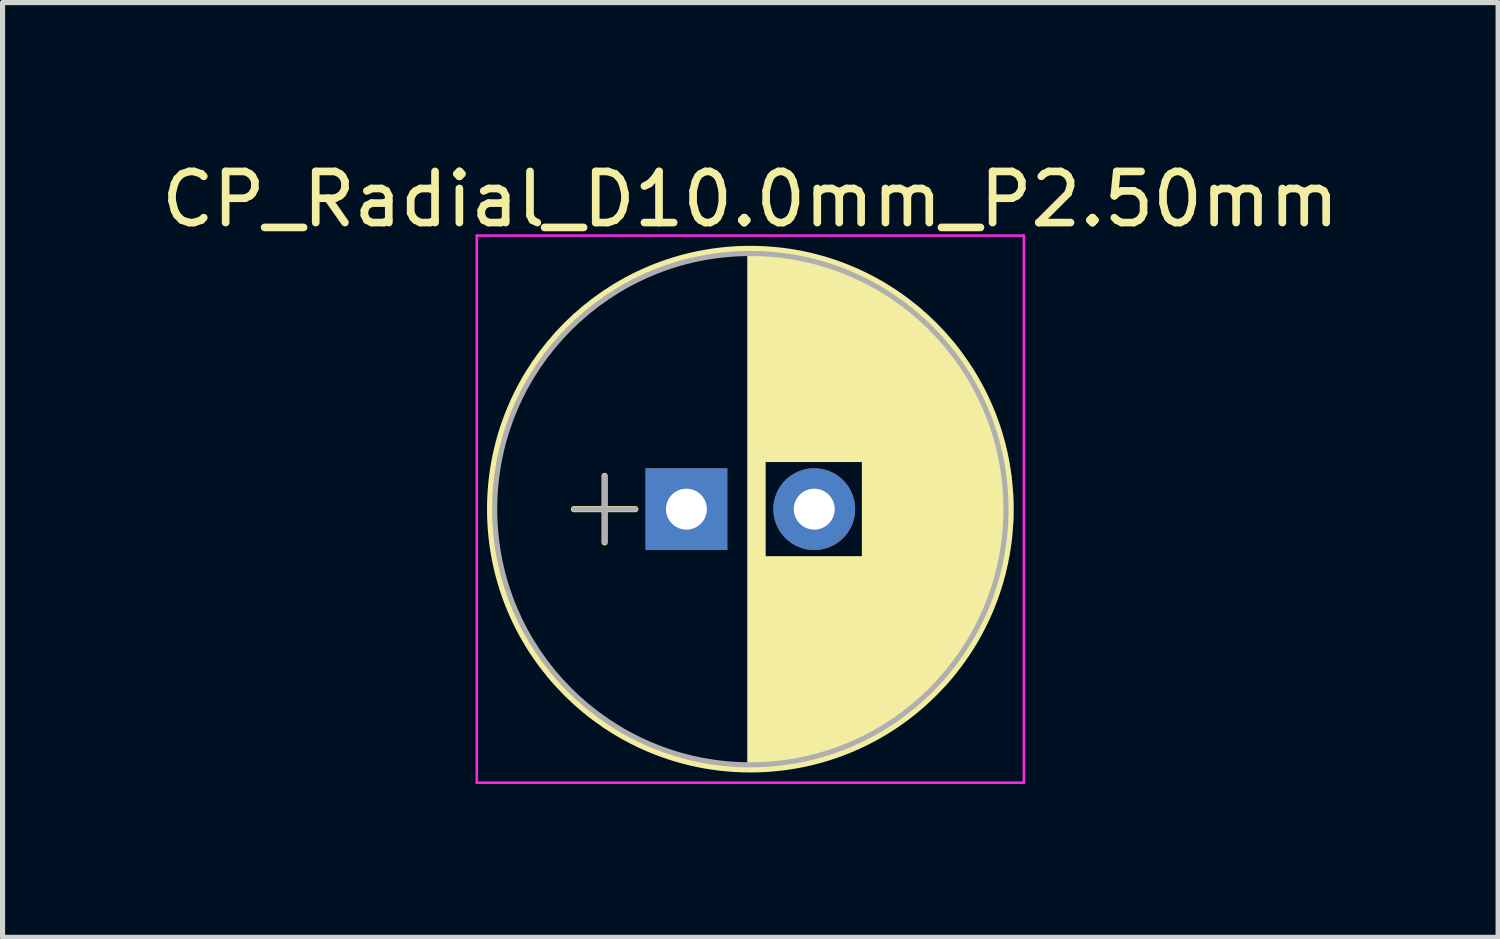
<source format=kicad_pcb>
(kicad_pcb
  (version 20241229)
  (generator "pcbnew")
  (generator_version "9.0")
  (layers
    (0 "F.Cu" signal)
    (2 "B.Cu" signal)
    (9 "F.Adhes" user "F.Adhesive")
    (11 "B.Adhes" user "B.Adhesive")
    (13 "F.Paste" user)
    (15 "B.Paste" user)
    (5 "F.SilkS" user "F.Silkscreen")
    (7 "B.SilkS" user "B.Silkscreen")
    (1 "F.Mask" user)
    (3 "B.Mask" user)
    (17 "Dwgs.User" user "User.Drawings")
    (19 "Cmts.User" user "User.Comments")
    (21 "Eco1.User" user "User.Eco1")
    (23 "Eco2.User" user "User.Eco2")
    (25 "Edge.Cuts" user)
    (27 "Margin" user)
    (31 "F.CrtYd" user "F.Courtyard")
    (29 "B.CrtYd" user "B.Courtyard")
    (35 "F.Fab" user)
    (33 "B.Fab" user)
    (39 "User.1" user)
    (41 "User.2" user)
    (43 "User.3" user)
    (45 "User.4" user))
  (footprint "CP_Radial_D10.0mm_P2.50mm"
    (layer "F.Cu")
    (at 10.375 6.908)
    (property "Reference" "CP_Radial_D10.0mm_P2.50mm" (at 1.25 -6.06 0) (layer "F.SilkS") (effects (font (size 1 1) (thickness 0.15))))
    (attr through_hole)
    (fp_line (start -2.2 0) (end -1 0) (stroke (width 0.12) (type solid)) (layer "F.SilkS"))
    (fp_line (start -1.6 -0.65) (end -1.6 0.65) (stroke (width 0.12) (type solid)) (layer "F.SilkS"))
    (fp_line (start 1.25 -5.05) (end 1.25 5.05) (stroke (width 0.12) (type solid)) (layer "F.SilkS"))
    (fp_line (start 1.29 -5.05) (end 1.29 5.05) (stroke (width 0.12) (type solid)) (layer "F.SilkS"))
    (fp_line (start 1.33 -5.05) (end 1.33 5.05) (stroke (width 0.12) (type solid)) (layer "F.SilkS"))
    (fp_line (start 1.37 -5.049) (end 1.37 5.049) (stroke (width 0.12) (type solid)) (layer "F.SilkS"))
    (fp_line (start 1.41 -5.048) (end 1.41 5.048) (stroke (width 0.12) (type solid)) (layer "F.SilkS"))
    (fp_line (start 1.45 -5.047) (end 1.45 5.047) (stroke (width 0.12) (type solid)) (layer "F.SilkS"))
    (fp_line (start 1.49 -5.045) (end 1.49 5.045) (stroke (width 0.12) (type solid)) (layer "F.SilkS"))
    (fp_line (start 1.53 -5.043) (end 1.53 -0.98) (stroke (width 0.12) (type solid)) (layer "F.SilkS"))
    (fp_line (start 1.53 0.98) (end 1.53 5.043) (stroke (width 0.12) (type solid)) (layer "F.SilkS"))
    (fp_line (start 1.57 -5.04) (end 1.57 -0.98) (stroke (width 0.12) (type solid)) (layer "F.SilkS"))
    (fp_line (start 1.57 0.98) (end 1.57 5.04) (stroke (width 0.12) (type solid)) (layer "F.SilkS"))
    (fp_line (start 1.61 -5.038) (end 1.61 -0.98) (stroke (width 0.12) (type solid)) (layer "F.SilkS"))
    (fp_line (start 1.61 0.98) (end 1.61 5.038) (stroke (width 0.12) (type solid)) (layer "F.SilkS"))
    (fp_line (start 1.65 -5.035) (end 1.65 -0.98) (stroke (width 0.12) (type solid)) (layer "F.SilkS"))
    (fp_line (start 1.65 0.98) (end 1.65 5.035) (stroke (width 0.12) (type solid)) (layer "F.SilkS"))
    (fp_line (start 1.69 -5.031) (end 1.69 -0.98) (stroke (width 0.12) (type solid)) (layer "F.SilkS"))
    (fp_line (start 1.69 0.98) (end 1.69 5.031) (stroke (width 0.12) (type solid)) (layer "F.SilkS"))
    (fp_line (start 1.73 -5.028) (end 1.73 -0.98) (stroke (width 0.12) (type solid)) (layer "F.SilkS"))
    (fp_line (start 1.73 0.98) (end 1.73 5.028) (stroke (width 0.12) (type solid)) (layer "F.SilkS"))
    (fp_line (start 1.77 -5.024) (end 1.77 -0.98) (stroke (width 0.12) (type solid)) (layer "F.SilkS"))
    (fp_line (start 1.77 0.98) (end 1.77 5.024) (stroke (width 0.12) (type solid)) (layer "F.SilkS"))
    (fp_line (start 1.81 -5.02) (end 1.81 -0.98) (stroke (width 0.12) (type solid)) (layer "F.SilkS"))
    (fp_line (start 1.81 0.98) (end 1.81 5.02) (stroke (width 0.12) (type solid)) (layer "F.SilkS"))
    (fp_line (start 1.85 -5.015) (end 1.85 -0.98) (stroke (width 0.12) (type solid)) (layer "F.SilkS"))
    (fp_line (start 1.85 0.98) (end 1.85 5.015) (stroke (width 0.12) (type solid)) (layer "F.SilkS"))
    (fp_line (start 1.89 -5.01) (end 1.89 -0.98) (stroke (width 0.12) (type solid)) (layer "F.SilkS"))
    (fp_line (start 1.89 0.98) (end 1.89 5.01) (stroke (width 0.12) (type solid)) (layer "F.SilkS"))
    (fp_line (start 1.93 -5.005) (end 1.93 -0.98) (stroke (width 0.12) (type solid)) (layer "F.SilkS"))
    (fp_line (start 1.93 0.98) (end 1.93 5.005) (stroke (width 0.12) (type solid)) (layer "F.SilkS"))
    (fp_line (start 1.971 -4.999) (end 1.971 -0.98) (stroke (width 0.12) (type solid)) (layer "F.SilkS"))
    (fp_line (start 1.971 0.98) (end 1.971 4.999) (stroke (width 0.12) (type solid)) (layer "F.SilkS"))
    (fp_line (start 2.011 -4.993) (end 2.011 -0.98) (stroke (width 0.12) (type solid)) (layer "F.SilkS"))
    (fp_line (start 2.011 0.98) (end 2.011 4.993) (stroke (width 0.12) (type solid)) (layer "F.SilkS"))
    (fp_line (start 2.051 -4.987) (end 2.051 -0.98) (stroke (width 0.12) (type solid)) (layer "F.SilkS"))
    (fp_line (start 2.051 0.98) (end 2.051 4.987) (stroke (width 0.12) (type solid)) (layer "F.SilkS"))
    (fp_line (start 2.091 -4.981) (end 2.091 -0.98) (stroke (width 0.12) (type solid)) (layer "F.SilkS"))
    (fp_line (start 2.091 0.98) (end 2.091 4.981) (stroke (width 0.12) (type solid)) (layer "F.SilkS"))
    (fp_line (start 2.131 -4.974) (end 2.131 -0.98) (stroke (width 0.12) (type solid)) (layer "F.SilkS"))
    (fp_line (start 2.131 0.98) (end 2.131 4.974) (stroke (width 0.12) (type solid)) (layer "F.SilkS"))
    (fp_line (start 2.171 -4.967) (end 2.171 -0.98) (stroke (width 0.12) (type solid)) (layer "F.SilkS"))
    (fp_line (start 2.171 0.98) (end 2.171 4.967) (stroke (width 0.12) (type solid)) (layer "F.SilkS"))
    (fp_line (start 2.211 -4.959) (end 2.211 -0.98) (stroke (width 0.12) (type solid)) (layer "F.SilkS"))
    (fp_line (start 2.211 0.98) (end 2.211 4.959) (stroke (width 0.12) (type solid)) (layer "F.SilkS"))
    (fp_line (start 2.251 -4.951) (end 2.251 -0.98) (stroke (width 0.12) (type solid)) (layer "F.SilkS"))
    (fp_line (start 2.251 0.98) (end 2.251 4.951) (stroke (width 0.12) (type solid)) (layer "F.SilkS"))
    (fp_line (start 2.291 -4.943) (end 2.291 -0.98) (stroke (width 0.12) (type solid)) (layer "F.SilkS"))
    (fp_line (start 2.291 0.98) (end 2.291 4.943) (stroke (width 0.12) (type solid)) (layer "F.SilkS"))
    (fp_line (start 2.331 -4.935) (end 2.331 -0.98) (stroke (width 0.12) (type solid)) (layer "F.SilkS"))
    (fp_line (start 2.331 0.98) (end 2.331 4.935) (stroke (width 0.12) (type solid)) (layer "F.SilkS"))
    (fp_line (start 2.371 -4.926) (end 2.371 -0.98) (stroke (width 0.12) (type solid)) (layer "F.SilkS"))
    (fp_line (start 2.371 0.98) (end 2.371 4.926) (stroke (width 0.12) (type solid)) (layer "F.SilkS"))
    (fp_line (start 2.411 -4.917) (end 2.411 -0.98) (stroke (width 0.12) (type solid)) (layer "F.SilkS"))
    (fp_line (start 2.411 0.98) (end 2.411 4.917) (stroke (width 0.12) (type solid)) (layer "F.SilkS"))
    (fp_line (start 2.451 -4.907) (end 2.451 -0.98) (stroke (width 0.12) (type solid)) (layer "F.SilkS"))
    (fp_line (start 2.451 0.98) (end 2.451 4.907) (stroke (width 0.12) (type solid)) (layer "F.SilkS"))
    (fp_line (start 2.491 -4.897) (end 2.491 -0.98) (stroke (width 0.12) (type solid)) (layer "F.SilkS"))
    (fp_line (start 2.491 0.98) (end 2.491 4.897) (stroke (width 0.12) (type solid)) (layer "F.SilkS"))
    (fp_line (start 2.531 -4.887) (end 2.531 -0.98) (stroke (width 0.12) (type solid)) (layer "F.SilkS"))
    (fp_line (start 2.531 0.98) (end 2.531 4.887) (stroke (width 0.12) (type solid)) (layer "F.SilkS"))
    (fp_line (start 2.571 -4.876) (end 2.571 -0.98) (stroke (width 0.12) (type solid)) (layer "F.SilkS"))
    (fp_line (start 2.571 0.98) (end 2.571 4.876) (stroke (width 0.12) (type solid)) (layer "F.SilkS"))
    (fp_line (start 2.611 -4.865) (end 2.611 -0.98) (stroke (width 0.12) (type solid)) (layer "F.SilkS"))
    (fp_line (start 2.611 0.98) (end 2.611 4.865) (stroke (width 0.12) (type solid)) (layer "F.SilkS"))
    (fp_line (start 2.651 -4.854) (end 2.651 -0.98) (stroke (width 0.12) (type solid)) (layer "F.SilkS"))
    (fp_line (start 2.651 0.98) (end 2.651 4.854) (stroke (width 0.12) (type solid)) (layer "F.SilkS"))
    (fp_line (start 2.691 -4.843) (end 2.691 -0.98) (stroke (width 0.12) (type solid)) (layer "F.SilkS"))
    (fp_line (start 2.691 0.98) (end 2.691 4.843) (stroke (width 0.12) (type solid)) (layer "F.SilkS"))
    (fp_line (start 2.731 -4.831) (end 2.731 -0.98) (stroke (width 0.12) (type solid)) (layer "F.SilkS"))
    (fp_line (start 2.731 0.98) (end 2.731 4.831) (stroke (width 0.12) (type solid)) (layer "F.SilkS"))
    (fp_line (start 2.771 -4.818) (end 2.771 -0.98) (stroke (width 0.12) (type solid)) (layer "F.SilkS"))
    (fp_line (start 2.771 0.98) (end 2.771 4.818) (stroke (width 0.12) (type solid)) (layer "F.SilkS"))
    (fp_line (start 2.811 -4.806) (end 2.811 -0.98) (stroke (width 0.12) (type solid)) (layer "F.SilkS"))
    (fp_line (start 2.811 0.98) (end 2.811 4.806) (stroke (width 0.12) (type solid)) (layer "F.SilkS"))
    (fp_line (start 2.851 -4.792) (end 2.851 -0.98) (stroke (width 0.12) (type solid)) (layer "F.SilkS"))
    (fp_line (start 2.851 0.98) (end 2.851 4.792) (stroke (width 0.12) (type solid)) (layer "F.SilkS"))
    (fp_line (start 2.891 -4.779) (end 2.891 -0.98) (stroke (width 0.12) (type solid)) (layer "F.SilkS"))
    (fp_line (start 2.891 0.98) (end 2.891 4.779) (stroke (width 0.12) (type solid)) (layer "F.SilkS"))
    (fp_line (start 2.931 -4.765) (end 2.931 -0.98) (stroke (width 0.12) (type solid)) (layer "F.SilkS"))
    (fp_line (start 2.931 0.98) (end 2.931 4.765) (stroke (width 0.12) (type solid)) (layer "F.SilkS"))
    (fp_line (start 2.971 -4.751) (end 2.971 -0.98) (stroke (width 0.12) (type solid)) (layer "F.SilkS"))
    (fp_line (start 2.971 0.98) (end 2.971 4.751) (stroke (width 0.12) (type solid)) (layer "F.SilkS"))
    (fp_line (start 3.011 -4.737) (end 3.011 -0.98) (stroke (width 0.12) (type solid)) (layer "F.SilkS"))
    (fp_line (start 3.011 0.98) (end 3.011 4.737) (stroke (width 0.12) (type solid)) (layer "F.SilkS"))
    (fp_line (start 3.051 -4.722) (end 3.051 -0.98) (stroke (width 0.12) (type solid)) (layer "F.SilkS"))
    (fp_line (start 3.051 0.98) (end 3.051 4.722) (stroke (width 0.12) (type solid)) (layer "F.SilkS"))
    (fp_line (start 3.091 -4.706) (end 3.091 -0.98) (stroke (width 0.12) (type solid)) (layer "F.SilkS"))
    (fp_line (start 3.091 0.98) (end 3.091 4.706) (stroke (width 0.12) (type solid)) (layer "F.SilkS"))
    (fp_line (start 3.131 -4.691) (end 3.131 -0.98) (stroke (width 0.12) (type solid)) (layer "F.SilkS"))
    (fp_line (start 3.131 0.98) (end 3.131 4.691) (stroke (width 0.12) (type solid)) (layer "F.SilkS"))
    (fp_line (start 3.171 -4.674) (end 3.171 -0.98) (stroke (width 0.12) (type solid)) (layer "F.SilkS"))
    (fp_line (start 3.171 0.98) (end 3.171 4.674) (stroke (width 0.12) (type solid)) (layer "F.SilkS"))
    (fp_line (start 3.211 -4.658) (end 3.211 -0.98) (stroke (width 0.12) (type solid)) (layer "F.SilkS"))
    (fp_line (start 3.211 0.98) (end 3.211 4.658) (stroke (width 0.12) (type solid)) (layer "F.SilkS"))
    (fp_line (start 3.251 -4.641) (end 3.251 -0.98) (stroke (width 0.12) (type solid)) (layer "F.SilkS"))
    (fp_line (start 3.251 0.98) (end 3.251 4.641) (stroke (width 0.12) (type solid)) (layer "F.SilkS"))
    (fp_line (start 3.291 -4.624) (end 3.291 -0.98) (stroke (width 0.12) (type solid)) (layer "F.SilkS"))
    (fp_line (start 3.291 0.98) (end 3.291 4.624) (stroke (width 0.12) (type solid)) (layer "F.SilkS"))
    (fp_line (start 3.331 -4.606) (end 3.331 -0.98) (stroke (width 0.12) (type solid)) (layer "F.SilkS"))
    (fp_line (start 3.331 0.98) (end 3.331 4.606) (stroke (width 0.12) (type solid)) (layer "F.SilkS"))
    (fp_line (start 3.371 -4.588) (end 3.371 -0.98) (stroke (width 0.12) (type solid)) (layer "F.SilkS"))
    (fp_line (start 3.371 0.98) (end 3.371 4.588) (stroke (width 0.12) (type solid)) (layer "F.SilkS"))
    (fp_line (start 3.411 -4.569) (end 3.411 -0.98) (stroke (width 0.12) (type solid)) (layer "F.SilkS"))
    (fp_line (start 3.411 0.98) (end 3.411 4.569) (stroke (width 0.12) (type solid)) (layer "F.SilkS"))
    (fp_line (start 3.451 -4.55) (end 3.451 -0.98) (stroke (width 0.12) (type solid)) (layer "F.SilkS"))
    (fp_line (start 3.451 0.98) (end 3.451 4.55) (stroke (width 0.12) (type solid)) (layer "F.SilkS"))
    (fp_line (start 3.491 -4.531) (end 3.491 4.531) (stroke (width 0.12) (type solid)) (layer "F.SilkS"))
    (fp_line (start 3.531 -4.511) (end 3.531 4.511) (stroke (width 0.12) (type solid)) (layer "F.SilkS"))
    (fp_line (start 3.571 -4.491) (end 3.571 4.491) (stroke (width 0.12) (type solid)) (layer "F.SilkS"))
    (fp_line (start 3.611 -4.47) (end 3.611 4.47) (stroke (width 0.12) (type solid)) (layer "F.SilkS"))
    (fp_line (start 3.651 -4.449) (end 3.651 4.449) (stroke (width 0.12) (type solid)) (layer "F.SilkS"))
    (fp_line (start 3.691 -4.428) (end 3.691 4.428) (stroke (width 0.12) (type solid)) (layer "F.SilkS"))
    (fp_line (start 3.731 -4.405) (end 3.731 4.405) (stroke (width 0.12) (type solid)) (layer "F.SilkS"))
    (fp_line (start 3.771 -4.383) (end 3.771 4.383) (stroke (width 0.12) (type solid)) (layer "F.SilkS"))
    (fp_line (start 3.811 -4.36) (end 3.811 4.36) (stroke (width 0.12) (type solid)) (layer "F.SilkS"))
    (fp_line (start 3.851 -4.336) (end 3.851 4.336) (stroke (width 0.12) (type solid)) (layer "F.SilkS"))
    (fp_line (start 3.891 -4.312) (end 3.891 4.312) (stroke (width 0.12) (type solid)) (layer "F.SilkS"))
    (fp_line (start 3.931 -4.288) (end 3.931 4.288) (stroke (width 0.12) (type solid)) (layer "F.SilkS"))
    (fp_line (start 3.971 -4.263) (end 3.971 4.263) (stroke (width 0.12) (type solid)) (layer "F.SilkS"))
    (fp_line (start 4.011 -4.237) (end 4.011 4.237) (stroke (width 0.12) (type solid)) (layer "F.SilkS"))
    (fp_line (start 4.051 -4.211) (end 4.051 4.211) (stroke (width 0.12) (type solid)) (layer "F.SilkS"))
    (fp_line (start 4.091 -4.185) (end 4.091 4.185) (stroke (width 0.12) (type solid)) (layer "F.SilkS"))
    (fp_line (start 4.131 -4.157) (end 4.131 4.157) (stroke (width 0.12) (type solid)) (layer "F.SilkS"))
    (fp_line (start 4.171 -4.13) (end 4.171 4.13) (stroke (width 0.12) (type solid)) (layer "F.SilkS"))
    (fp_line (start 4.211 -4.101) (end 4.211 4.101) (stroke (width 0.12) (type solid)) (layer "F.SilkS"))
    (fp_line (start 4.251 -4.072) (end 4.251 4.072) (stroke (width 0.12) (type solid)) (layer "F.SilkS"))
    (fp_line (start 4.291 -4.043) (end 4.291 4.043) (stroke (width 0.12) (type solid)) (layer "F.SilkS"))
    (fp_line (start 4.331 -4.013) (end 4.331 4.013) (stroke (width 0.12) (type solid)) (layer "F.SilkS"))
    (fp_line (start 4.371 -3.982) (end 4.371 3.982) (stroke (width 0.12) (type solid)) (layer "F.SilkS"))
    (fp_line (start 4.411 -3.951) (end 4.411 3.951) (stroke (width 0.12) (type solid)) (layer "F.SilkS"))
    (fp_line (start 4.451 -3.919) (end 4.451 3.919) (stroke (width 0.12) (type solid)) (layer "F.SilkS"))
    (fp_line (start 4.491 -3.886) (end 4.491 3.886) (stroke (width 0.12) (type solid)) (layer "F.SilkS"))
    (fp_line (start 4.531 -3.853) (end 4.531 3.853) (stroke (width 0.12) (type solid)) (layer "F.SilkS"))
    (fp_line (start 4.571 -3.819) (end 4.571 3.819) (stroke (width 0.12) (type solid)) (layer "F.SilkS"))
    (fp_line (start 4.611 -3.784) (end 4.611 3.784) (stroke (width 0.12) (type solid)) (layer "F.SilkS"))
    (fp_line (start 4.651 -3.748) (end 4.651 3.748) (stroke (width 0.12) (type solid)) (layer "F.SilkS"))
    (fp_line (start 4.691 -3.712) (end 4.691 3.712) (stroke (width 0.12) (type solid)) (layer "F.SilkS"))
    (fp_line (start 4.731 -3.675) (end 4.731 3.675) (stroke (width 0.12) (type solid)) (layer "F.SilkS"))
    (fp_line (start 4.771 -3.637) (end 4.771 3.637) (stroke (width 0.12) (type solid)) (layer "F.SilkS"))
    (fp_line (start 4.811 -3.598) (end 4.811 3.598) (stroke (width 0.12) (type solid)) (layer "F.SilkS"))
    (fp_line (start 4.851 -3.559) (end 4.851 3.559) (stroke (width 0.12) (type solid)) (layer "F.SilkS"))
    (fp_line (start 4.891 -3.518) (end 4.891 3.518) (stroke (width 0.12) (type solid)) (layer "F.SilkS"))
    (fp_line (start 4.931 -3.477) (end 4.931 3.477) (stroke (width 0.12) (type solid)) (layer "F.SilkS"))
    (fp_line (start 4.971 -3.435) (end 4.971 3.435) (stroke (width 0.12) (type solid)) (layer "F.SilkS"))
    (fp_line (start 5.011 -3.391) (end 5.011 3.391) (stroke (width 0.12) (type solid)) (layer "F.SilkS"))
    (fp_line (start 5.051 -3.347) (end 5.051 3.347) (stroke (width 0.12) (type solid)) (layer "F.SilkS"))
    (fp_line (start 5.091 -3.302) (end 5.091 3.302) (stroke (width 0.12) (type solid)) (layer "F.SilkS"))
    (fp_line (start 5.131 -3.255) (end 5.131 3.255) (stroke (width 0.12) (type solid)) (layer "F.SilkS"))
    (fp_line (start 5.171 -3.207) (end 5.171 3.207) (stroke (width 0.12) (type solid)) (layer "F.SilkS"))
    (fp_line (start 5.211 -3.158) (end 5.211 3.158) (stroke (width 0.12) (type solid)) (layer "F.SilkS"))
    (fp_line (start 5.251 -3.108) (end 5.251 3.108) (stroke (width 0.12) (type solid)) (layer "F.SilkS"))
    (fp_line (start 5.291 -3.057) (end 5.291 3.057) (stroke (width 0.12) (type solid)) (layer "F.SilkS"))
    (fp_line (start 5.331 -3.004) (end 5.331 3.004) (stroke (width 0.12) (type solid)) (layer "F.SilkS"))
    (fp_line (start 5.371 -2.949) (end 5.371 2.949) (stroke (width 0.12) (type solid)) (layer "F.SilkS"))
    (fp_line (start 5.411 -2.894) (end 5.411 2.894) (stroke (width 0.12) (type solid)) (layer "F.SilkS"))
    (fp_line (start 5.451 -2.836) (end 5.451 2.836) (stroke (width 0.12) (type solid)) (layer "F.SilkS"))
    (fp_line (start 5.491 -2.777) (end 5.491 2.777) (stroke (width 0.12) (type solid)) (layer "F.SilkS"))
    (fp_line (start 5.531 -2.715) (end 5.531 2.715) (stroke (width 0.12) (type solid)) (layer "F.SilkS"))
    (fp_line (start 5.571 -2.652) (end 5.571 2.652) (stroke (width 0.12) (type solid)) (layer "F.SilkS"))
    (fp_line (start 5.611 -2.587) (end 5.611 2.587) (stroke (width 0.12) (type solid)) (layer "F.SilkS"))
    (fp_line (start 5.651 -2.519) (end 5.651 2.519) (stroke (width 0.12) (type solid)) (layer "F.SilkS"))
    (fp_line (start 5.691 -2.449) (end 5.691 2.449) (stroke (width 0.12) (type solid)) (layer "F.SilkS"))
    (fp_line (start 5.731 -2.377) (end 5.731 2.377) (stroke (width 0.12) (type solid)) (layer "F.SilkS"))
    (fp_line (start 5.771 -2.301) (end 5.771 2.301) (stroke (width 0.12) (type solid)) (layer "F.SilkS"))
    (fp_line (start 5.811 -2.222) (end 5.811 2.222) (stroke (width 0.12) (type solid)) (layer "F.SilkS"))
    (fp_line (start 5.851 -2.14) (end 5.851 2.14) (stroke (width 0.12) (type solid)) (layer "F.SilkS"))
    (fp_line (start 5.891 -2.053) (end 5.891 2.053) (stroke (width 0.12) (type solid)) (layer "F.SilkS"))
    (fp_line (start 5.931 -1.962) (end 5.931 1.962) (stroke (width 0.12) (type solid)) (layer "F.SilkS"))
    (fp_line (start 5.971 -1.866) (end 5.971 1.866) (stroke (width 0.12) (type solid)) (layer "F.SilkS"))
    (fp_line (start 6.011 -1.763) (end 6.011 1.763) (stroke (width 0.12) (type solid)) (layer "F.SilkS"))
    (fp_line (start 6.051 -1.654) (end 6.051 1.654) (stroke (width 0.12) (type solid)) (layer "F.SilkS"))
    (fp_line (start 6.091 -1.536) (end 6.091 1.536) (stroke (width 0.12) (type solid)) (layer "F.SilkS"))
    (fp_line (start 6.131 -1.407) (end 6.131 1.407) (stroke (width 0.12) (type solid)) (layer "F.SilkS"))
    (fp_line (start 6.171 -1.265) (end 6.171 1.265) (stroke (width 0.12) (type solid)) (layer "F.SilkS"))
    (fp_line (start 6.211 -1.104) (end 6.211 1.104) (stroke (width 0.12) (type solid)) (layer "F.SilkS"))
    (fp_line (start 6.251 -0.913) (end 6.251 0.913) (stroke (width 0.12) (type solid)) (layer "F.SilkS"))
    (fp_line (start 6.291 -0.672) (end 6.291 0.672) (stroke (width 0.12) (type solid)) (layer "F.SilkS"))
    (fp_line (start 6.331 -0.279) (end 6.331 0.279) (stroke (width 0.12) (type solid)) (layer "F.SilkS"))
    (fp_circle (center 1.25 0) (end 6.34 0) (stroke (width 0.12) (type solid)) (fill no) (layer "F.SilkS"))
    (fp_line (start -4.1 -5.35) (end -4.1 5.35) (stroke (width 0.05) (type solid)) (layer "F.CrtYd"))
    (fp_line (start -4.1 5.35) (end 6.6 5.35) (stroke (width 0.05) (type solid)) (layer "F.CrtYd"))
    (fp_line (start 6.6 -5.35) (end -4.1 -5.35) (stroke (width 0.05) (type solid)) (layer "F.CrtYd"))
    (fp_line (start 6.6 5.35) (end 6.6 -5.35) (stroke (width 0.05) (type solid)) (layer "F.CrtYd"))
    (fp_line (start -2.2 0) (end -1 0) (stroke (width 0.1) (type solid)) (layer "F.Fab"))
    (fp_line (start -1.6 -0.65) (end -1.6 0.65) (stroke (width 0.1) (type solid)) (layer "F.Fab"))
    (fp_circle (center 1.25 0) (end 6.25 0) (stroke (width 0.1) (type solid)) (fill no) (layer "F.Fab"))
    (pad "1" thru_hole rect (at 0 0) (size 1.6 1.6) (drill 0.8) (layers "*.Cu" "*.Mask"))
    (pad "2" thru_hole circle (at 2.5 0) (size 1.6 1.6) (drill 0.8) (layers "*.Cu" "*.Mask")))
  (gr_rect
    (start -3 -3)
    (end 26.25 15.283)
    (stroke (width 0.1) (type default))
    (fill no)
    (layer "Edge.Cuts")))
</source>
